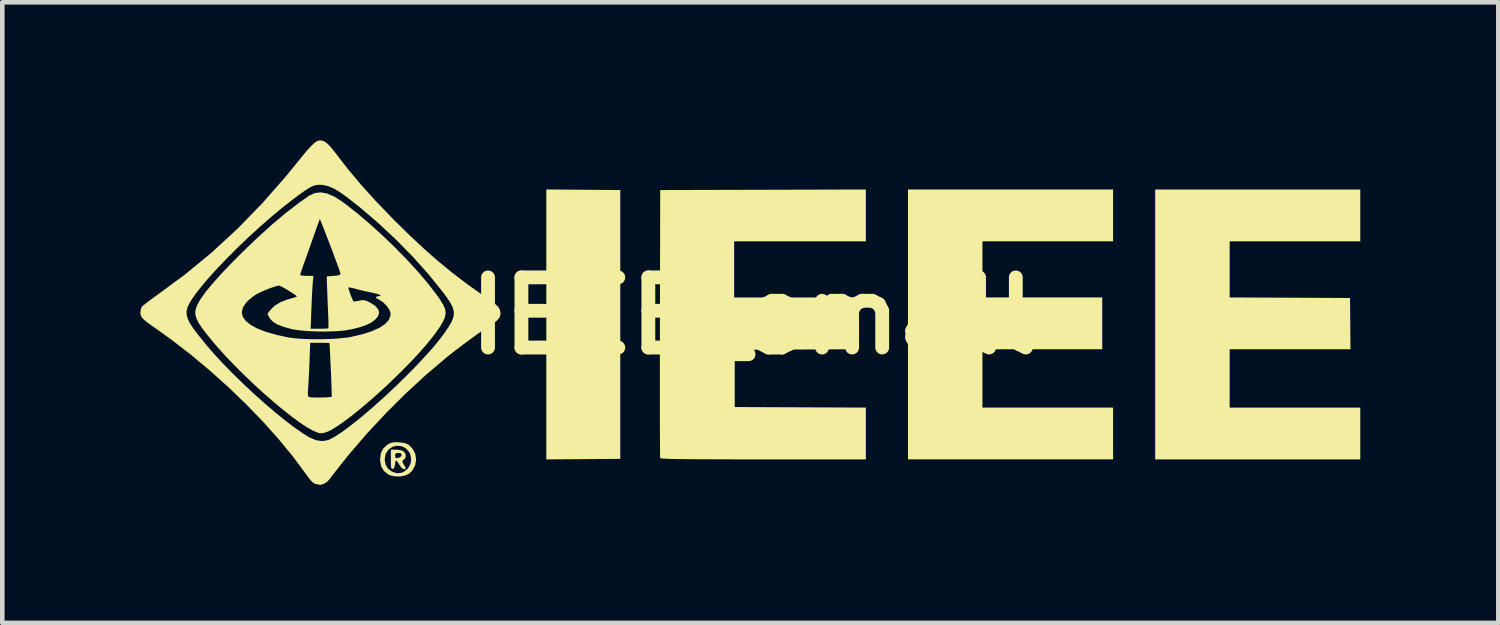
<source format=kicad_pcb>
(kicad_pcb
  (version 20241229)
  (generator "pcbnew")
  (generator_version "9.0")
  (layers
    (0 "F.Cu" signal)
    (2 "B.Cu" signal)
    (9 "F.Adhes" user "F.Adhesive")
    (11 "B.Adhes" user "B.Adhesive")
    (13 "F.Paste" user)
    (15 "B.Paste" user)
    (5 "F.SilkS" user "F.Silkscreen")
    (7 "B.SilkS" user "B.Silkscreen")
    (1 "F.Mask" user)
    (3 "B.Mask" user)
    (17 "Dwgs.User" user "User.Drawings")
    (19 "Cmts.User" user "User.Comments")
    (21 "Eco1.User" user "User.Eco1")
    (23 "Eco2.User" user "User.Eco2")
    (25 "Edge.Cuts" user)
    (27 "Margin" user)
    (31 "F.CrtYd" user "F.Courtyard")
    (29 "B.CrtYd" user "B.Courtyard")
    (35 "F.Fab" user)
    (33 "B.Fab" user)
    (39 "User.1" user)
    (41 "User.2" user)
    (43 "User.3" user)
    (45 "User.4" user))
  (footprint "IEEE_small"
    (layer "F.Cu")
    (at 13.322 3.811)
    (property "Reference" "IEEE_small" (at 0 0 0) (layer "F.SilkS") (effects (font (size 1.524 1.524) (thickness 0.3))))
    (attr through_hole)
    (fp_poly (pts (xy -2.896 -2.732) (xy -2.896 3.108) (xy -3.7 3.114) (xy -4.503 3.12) (xy -4.503 -2.745)) (stroke (width 0) (type solid)) (fill yes) (layer "F.SilkS"))
    (fp_poly (pts (xy 7.81 -1.618) (xy 4.972 -1.618) (xy 4.972 -0.399) (xy 7.575 -0.399) (xy 7.575 0.727) (xy 4.972 0.727) (xy 4.972 1.994) (xy 7.81 1.994) (xy 7.81 3.119) (xy 3.354 3.119) (xy 3.354 -2.744) (xy 7.81 -2.744)) (stroke (width 0) (type solid)) (fill yes) (layer "F.SilkS"))
    (fp_poly (pts (xy 13.181 -1.618) (xy 10.343 -1.618) (xy 10.343 -0.399) (xy 11.65 -0.393) (xy 12.958 -0.387) (xy 12.963 0.17) (xy 12.967 0.727) (xy 10.343 0.727) (xy 10.343 1.994) (xy 13.181 1.994) (xy 13.181 3.119) (xy 8.725 3.119) (xy 8.725 -2.744) (xy 13.181 -2.744)) (stroke (width 0) (type solid)) (fill yes) (layer "F.SilkS"))
    (fp_poly (pts (xy 2.439 -1.618) (xy -0.422 -1.618) (xy -0.422 -0.399) (xy 2.205 -0.399) (xy 2.205 0.727) (xy 0.897 0.733) (xy -0.41 0.739) (xy -0.41 1.982) (xy 1.014 1.988) (xy 2.439 1.994) (xy 2.439 3.119) (xy 0.21 3.119) (xy -0.178 3.119) (xy -0.521 3.119) (xy -0.822 3.118) (xy -1.084 3.117) (xy -1.308 3.116) (xy -1.496 3.114) (xy -1.652 3.112) (xy -1.778 3.11) (xy -1.875 3.107) (xy -1.946 3.103) (xy -1.995 3.099) (xy -2.022 3.094) (xy -2.03 3.09) (xy -2.031 3.063) (xy -2.032 2.992) (xy -2.033 2.881) (xy -2.034 2.73) (xy -2.035 2.545) (xy -2.036 2.326) (xy -2.036 2.078) (xy -2.036 1.803) (xy -2.036 1.504) (xy -2.036 1.184) (xy -2.036 0.846) (xy -2.035 0.492) (xy -2.035 0.164) (xy -2.029 -2.732) (xy 0.205 -2.738) (xy 2.439 -2.744)) (stroke (width 0) (type solid)) (fill yes) (layer "F.SilkS"))
    (fp_poly (pts (xy -7.703 2.748) (xy -7.585 2.764) (xy -7.503 2.796) (xy -7.488 2.806) (xy -7.399 2.899) (xy -7.347 3.011) (xy -7.332 3.131) (xy -7.354 3.251) (xy -7.413 3.36) (xy -7.488 3.432) (xy -7.57 3.47) (xy -7.676 3.49) (xy -7.79 3.489) (xy -7.891 3.468) (xy -7.927 3.453) (xy -8.028 3.375) (xy -8.09 3.273) (xy -8.114 3.144) (xy -8.115 3.13) (xy -8.015 3.13) (xy -7.993 3.238) (xy -7.937 3.328) (xy -7.85 3.389) (xy -7.849 3.39) (xy -7.746 3.42) (xy -7.653 3.411) (xy -7.597 3.388) (xy -7.511 3.319) (xy -7.457 3.225) (xy -7.438 3.118) (xy -7.458 3.01) (xy -7.482 2.961) (xy -7.555 2.879) (xy -7.646 2.833) (xy -7.745 2.822) (xy -7.842 2.845) (xy -7.926 2.9) (xy -7.987 2.987) (xy -7.998 3.016) (xy -8.015 3.13) (xy -8.115 3.13) (xy -8.115 3.122) (xy -8.099 2.99) (xy -8.049 2.887) (xy -7.961 2.805) (xy -7.94 2.792) (xy -7.882 2.762) (xy -7.822 2.748) (xy -7.743 2.746)) (stroke (width 0) (type solid)) (fill yes) (layer "F.SilkS"))
    (fp_poly (pts (xy -7.686 2.916) (xy -7.618 2.937) (xy -7.604 2.945) (xy -7.562 2.997) (xy -7.556 3.06) (xy -7.586 3.116) (xy -7.598 3.125) (xy -7.626 3.148) (xy -7.631 3.172) (xy -7.61 3.213) (xy -7.598 3.233) (xy -7.564 3.291) (xy -7.556 3.32) (xy -7.572 3.329) (xy -7.597 3.33) (xy -7.642 3.309) (xy -7.689 3.248) (xy -7.696 3.237) (xy -7.73 3.181) (xy -7.758 3.147) (xy -7.766 3.143) (xy -7.779 3.163) (xy -7.789 3.215) (xy -7.791 3.231) (xy -7.805 3.297) (xy -7.836 3.325) (xy -7.839 3.326) (xy -7.859 3.325) (xy -7.871 3.308) (xy -7.877 3.266) (xy -7.88 3.19) (xy -7.88 3.121) (xy -7.88 3.037) (xy -7.787 3.037) (xy -7.783 3.08) (xy -7.762 3.093) (xy -7.712 3.085) (xy -7.699 3.081) (xy -7.655 3.052) (xy -7.646 3.023) (xy -7.658 2.99) (xy -7.703 2.979) (xy -7.716 2.979) (xy -7.766 2.985) (xy -7.785 3.012) (xy -7.787 3.037) (xy -7.88 3.037) (xy -7.88 2.908) (xy -7.768 2.908)) (stroke (width 0) (type solid)) (fill yes) (layer "F.SilkS"))
    (fp_poly (pts (xy -9.391 -3.81) (xy -9.342 -3.795) (xy -9.325 -3.787) (xy -9.264 -3.746) (xy -9.19 -3.67) (xy -9.099 -3.558) (xy -9.071 -3.521) (xy -8.814 -3.189) (xy -8.532 -2.852) (xy -8.22 -2.506) (xy -7.872 -2.144) (xy -7.805 -2.076) (xy -7.474 -1.75) (xy -7.16 -1.457) (xy -6.855 -1.189) (xy -6.551 -0.939) (xy -6.239 -0.701) (xy -5.912 -0.467) (xy -5.803 -0.393) (xy -5.692 -0.315) (xy -5.614 -0.256) (xy -5.563 -0.208) (xy -5.53 -0.166) (xy -5.514 -0.132) (xy -5.496 -0.044) (xy -5.517 0.034) (xy -5.578 0.108) (xy -5.683 0.182) (xy -5.691 0.187) (xy -5.772 0.238) (xy -5.883 0.314) (xy -6.015 0.407) (xy -6.161 0.514) (xy -6.313 0.627) (xy -6.463 0.741) (xy -6.604 0.851) (xy -6.684 0.915) (xy -7.122 1.287) (xy -7.56 1.69) (xy -7.988 2.116) (xy -8.397 2.555) (xy -8.776 2.995) (xy -8.967 3.232) (xy -9.046 3.333) (xy -9.115 3.422) (xy -9.169 3.493) (xy -9.203 3.537) (xy -9.211 3.548) (xy -9.263 3.605) (xy -9.331 3.649) (xy -9.4 3.672) (xy -9.44 3.67) (xy -9.479 3.66) (xy -9.526 3.649) (xy -9.566 3.629) (xy -9.616 3.582) (xy -9.679 3.503) (xy -9.742 3.416) (xy -10.011 3.053) (xy -10.319 2.679) (xy -10.659 2.299) (xy -11.026 1.92) (xy -11.414 1.547) (xy -11.817 1.186) (xy -12.229 0.842) (xy -12.645 0.521) (xy -12.946 0.305) (xy -13.077 0.213) (xy -13.174 0.142) (xy -13.242 0.086) (xy -13.286 0.041) (xy -13.31 0.001) (xy -13.32 -0.037) (xy -13.322 -0.065) (xy -13.317 -0.106) (xy -12.318 -0.106) (xy -12.318 -0.026) (xy -12.295 0.06) (xy -12.248 0.158) (xy -12.174 0.272) (xy -12.072 0.407) (xy -11.941 0.57) (xy -11.883 0.641) (xy -11.711 0.839) (xy -11.517 1.048) (xy -11.306 1.264) (xy -11.082 1.482) (xy -10.852 1.697) (xy -10.62 1.904) (xy -10.393 2.098) (xy -10.174 2.275) (xy -9.971 2.429) (xy -9.787 2.557) (xy -9.646 2.644) (xy -9.504 2.703) (xy -9.366 2.722) (xy -9.24 2.699) (xy -9.224 2.692) (xy -9.106 2.63) (xy -8.961 2.537) (xy -8.795 2.416) (xy -8.611 2.272) (xy -8.413 2.108) (xy -8.206 1.928) (xy -7.994 1.737) (xy -7.782 1.538) (xy -7.574 1.335) (xy -7.373 1.133) (xy -7.186 0.935) (xy -7.014 0.745) (xy -6.864 0.568) (xy -6.74 0.407) (xy -6.725 0.387) (xy -6.626 0.242) (xy -6.557 0.122) (xy -6.518 0.019) (xy -6.511 -0.078) (xy -6.534 -0.176) (xy -6.589 -0.285) (xy -6.675 -0.414) (xy -6.747 -0.511) (xy -7.053 -0.891) (xy -7.395 -1.274) (xy -7.765 -1.651) (xy -8.153 -2.014) (xy -8.55 -2.354) (xy -8.841 -2.582) (xy -8.996 -2.692) (xy -9.128 -2.769) (xy -9.245 -2.818) (xy -9.356 -2.842) (xy -9.428 -2.846) (xy -9.485 -2.843) (xy -9.54 -2.832) (xy -9.6 -2.808) (xy -9.671 -2.769) (xy -9.76 -2.711) (xy -9.873 -2.63) (xy -10.004 -2.532) (xy -10.233 -2.354) (xy -10.471 -2.156) (xy -10.714 -1.944) (xy -10.956 -1.723) (xy -11.194 -1.497) (xy -11.42 -1.271) (xy -11.632 -1.051) (xy -11.824 -0.84) (xy -11.991 -0.644) (xy -12.128 -0.468) (xy -12.199 -0.366) (xy -12.257 -0.271) (xy -12.297 -0.186) (xy -12.318 -0.106) (xy -13.317 -0.106) (xy -13.315 -0.133) (xy -13.299 -0.186) (xy -13.299 -0.186) (xy -13.273 -0.213) (xy -13.215 -0.261) (xy -13.132 -0.325) (xy -13.032 -0.398) (xy -12.965 -0.446) (xy -12.35 -0.9) (xy -11.764 -1.383) (xy -11.205 -1.899) (xy -10.668 -2.451) (xy -10.15 -3.043) (xy -9.925 -3.319) (xy -9.798 -3.476) (xy -9.696 -3.599) (xy -9.612 -3.69) (xy -9.544 -3.754) (xy -9.488 -3.793) (xy -9.438 -3.811)) (stroke (width 0) (type solid)) (fill yes) (layer "F.SilkS"))
    (fp_poly (pts (xy -9.269 -2.658) (xy -9.116 -2.593) (xy -8.946 -2.487) (xy -8.89 -2.446) (xy -8.617 -2.233) (xy -8.339 -1.997) (xy -8.06 -1.744) (xy -7.788 -1.482) (xy -7.528 -1.216) (xy -7.286 -0.952) (xy -7.07 -0.697) (xy -6.885 -0.457) (xy -6.817 -0.36) (xy -6.742 -0.239) (xy -6.7 -0.139) (xy -6.69 -0.049) (xy -6.709 0.041) (xy -6.74 0.111) (xy -6.823 0.253) (xy -6.942 0.419) (xy -7.092 0.607) (xy -7.272 0.813) (xy -7.479 1.033) (xy -7.71 1.266) (xy -7.961 1.507) (xy -7.962 1.508) (xy -8.166 1.695) (xy -8.366 1.871) (xy -8.559 2.033) (xy -8.74 2.178) (xy -8.906 2.302) (xy -9.051 2.403) (xy -9.172 2.478) (xy -9.265 2.522) (xy -9.268 2.522) (xy -9.343 2.546) (xy -9.402 2.553) (xy -9.462 2.541) (xy -9.54 2.509) (xy -9.568 2.497) (xy -9.697 2.426) (xy -9.851 2.325) (xy -10.028 2.196) (xy -10.22 2.044) (xy -10.425 1.874) (xy -10.637 1.688) (xy -10.661 1.667) (xy -9.684 1.667) (xy -9.683 1.722) (xy -9.674 1.751) (xy -9.656 1.764) (xy -9.648 1.767) (xy -9.607 1.772) (xy -9.535 1.775) (xy -9.447 1.775) (xy -9.354 1.774) (xy -9.268 1.771) (xy -9.201 1.766) (xy -9.167 1.76) (xy -9.165 1.759) (xy -9.165 1.735) (xy -9.166 1.671) (xy -9.169 1.576) (xy -9.173 1.458) (xy -9.178 1.323) (xy -9.184 1.181) (xy -9.191 1.038) (xy -9.197 0.903) (xy -9.203 0.783) (xy -9.208 0.686) (xy -9.212 0.62) (xy -9.215 0.592) (xy -9.215 0.592) (xy -9.238 0.59) (xy -9.297 0.588) (xy -9.381 0.586) (xy -9.425 0.586) (xy -9.633 0.586) (xy -9.648 0.991) (xy -9.654 1.14) (xy -9.661 1.288) (xy -9.668 1.422) (xy -9.675 1.53) (xy -9.678 1.575) (xy -9.684 1.667) (xy -10.661 1.667) (xy -10.852 1.492) (xy -11.064 1.29) (xy -11.27 1.085) (xy -11.464 0.883) (xy -11.642 0.686) (xy -11.746 0.565) (xy -11.878 0.403) (xy -11.98 0.27) (xy -12.054 0.159) (xy -12.102 0.065) (xy -12.126 -0.016) (xy -12.129 -0.081) (xy -11.119 -0.081) (xy -11.099 0.017) (xy -11.034 0.11) (xy -10.927 0.197) (xy -10.777 0.278) (xy -10.585 0.351) (xy -10.352 0.417) (xy -10.097 0.472) (xy -9.955 0.49) (xy -9.779 0.503) (xy -9.582 0.509) (xy -9.374 0.508) (xy -9.169 0.502) (xy -8.98 0.489) (xy -8.817 0.471) (xy -8.748 0.459) (xy -8.501 0.401) (xy -8.294 0.335) (xy -8.128 0.26) (xy -8.004 0.178) (xy -7.924 0.089) (xy -7.888 -0.006) (xy -7.889 -0.069) (xy -7.919 -0.143) (xy -7.978 -0.224) (xy -8.053 -0.298) (xy -8.133 -0.349) (xy -8.142 -0.353) (xy -8.193 -0.382) (xy -8.207 -0.407) (xy -8.181 -0.421) (xy -8.163 -0.422) (xy -8.119 -0.431) (xy -8.105 -0.443) (xy -8.12 -0.456) (xy -8.172 -0.474) (xy -8.251 -0.494) (xy -8.288 -0.502) (xy -8.405 -0.526) (xy -8.528 -0.555) (xy -8.633 -0.582) (xy -8.638 -0.584) (xy -8.717 -0.604) (xy -8.776 -0.616) (xy -8.804 -0.617) (xy -8.804 -0.617) (xy -8.8 -0.593) (xy -8.784 -0.539) (xy -8.76 -0.471) (xy -8.734 -0.401) (xy -8.71 -0.344) (xy -8.694 -0.313) (xy -8.693 -0.312) (xy -8.667 -0.312) (xy -8.611 -0.32) (xy -8.574 -0.328) (xy -8.505 -0.34) (xy -8.45 -0.337) (xy -8.388 -0.315) (xy -8.342 -0.293) (xy -8.227 -0.222) (xy -8.158 -0.148) (xy -8.135 -0.071) (xy -8.159 0.01) (xy -8.22 0.083) (xy -8.304 0.146) (xy -8.415 0.201) (xy -8.561 0.25) (xy -8.748 0.296) (xy -8.748 0.296) (xy -8.892 0.32) (xy -9.069 0.335) (xy -9.266 0.342) (xy -9.47 0.341) (xy -9.67 0.333) (xy -9.852 0.318) (xy -10.005 0.295) (xy -10.05 0.285) (xy -10.221 0.237) (xy -10.35 0.186) (xy -10.442 0.129) (xy -10.504 0.065) (xy -10.517 0.043) (xy -10.562 -0.04) (xy -10.508 -0.116) (xy -10.416 -0.211) (xy -10.286 -0.292) (xy -10.129 -0.354) (xy -10.082 -0.367) (xy -10.003 -0.389) (xy -9.946 -0.409) (xy -9.921 -0.421) (xy -9.921 -0.421) (xy -9.94 -0.441) (xy -9.99 -0.476) (xy -10.059 -0.52) (xy -10.136 -0.567) (xy -10.21 -0.61) (xy -10.271 -0.642) (xy -10.307 -0.656) (xy -10.31 -0.657) (xy -10.362 -0.647) (xy -10.443 -0.622) (xy -10.541 -0.586) (xy -10.644 -0.544) (xy -10.739 -0.501) (xy -10.801 -0.469) (xy -10.89 -0.408) (xy -10.98 -0.332) (xy -11.022 -0.289) (xy -11.093 -0.183) (xy -11.119 -0.081) (xy -12.129 -0.081) (xy -12.13 -0.091) (xy -12.114 -0.165) (xy -12.089 -0.231) (xy -12.02 -0.354) (xy -11.914 -0.505) (xy -11.769 -0.683) (xy -11.587 -0.888) (xy -11.587 -0.888) (xy -9.85 -0.888) (xy -9.829 -0.878) (xy -9.774 -0.87) (xy -9.706 -0.868) (xy -9.562 -0.868) (xy -9.577 -0.721) (xy -9.582 -0.649) (xy -9.589 -0.541) (xy -9.596 -0.408) (xy -9.602 -0.262) (xy -9.607 -0.147) (xy -9.623 0.281) (xy -9.436 0.281) (xy -9.347 0.28) (xy -9.278 0.277) (xy -9.242 0.273) (xy -9.239 0.272) (xy -9.236 0.246) (xy -9.236 0.182) (xy -9.238 0.089) (xy -9.242 -0.026) (xy -9.244 -0.074) (xy -9.251 -0.22) (xy -9.257 -0.372) (xy -9.262 -0.514) (xy -9.266 -0.627) (xy -9.267 -0.633) (xy -9.274 -0.856) (xy -9.122 -0.868) (xy -9.037 -0.877) (xy -8.99 -0.89) (xy -8.975 -0.909) (xy -8.975 -0.915) (xy -8.984 -0.946) (xy -9.006 -1.012) (xy -9.04 -1.106) (xy -9.083 -1.222) (xy -9.131 -1.352) (xy -9.183 -1.49) (xy -9.236 -1.628) (xy -9.287 -1.761) (xy -9.333 -1.881) (xy -9.373 -1.981) (xy -9.402 -2.054) (xy -9.42 -2.094) (xy -9.424 -2.1) (xy -9.434 -2.076) (xy -9.456 -2.016) (xy -9.488 -1.928) (xy -9.526 -1.819) (xy -9.545 -1.767) (xy -9.596 -1.621) (xy -9.652 -1.461) (xy -9.707 -1.307) (xy -9.753 -1.178) (xy -9.754 -1.175) (xy -9.792 -1.07) (xy -9.822 -0.981) (xy -9.843 -0.918) (xy -9.85 -0.888) (xy -9.85 -0.888) (xy -11.587 -0.888) (xy -11.367 -1.12) (xy -11.125 -1.364) (xy -10.787 -1.689) (xy -10.464 -1.981) (xy -10.158 -2.238) (xy -9.871 -2.459) (xy -9.647 -2.614) (xy -9.531 -2.668) (xy -9.406 -2.682)) (stroke (width 0) (type solid)) (fill yes) (layer "F.SilkS")))
  (gr_rect
    (start -3 -3)
    (end 29.502 10.483)
    (stroke (width 0.1) (type default))
    (fill no)
    (layer "Edge.Cuts")))
</source>
